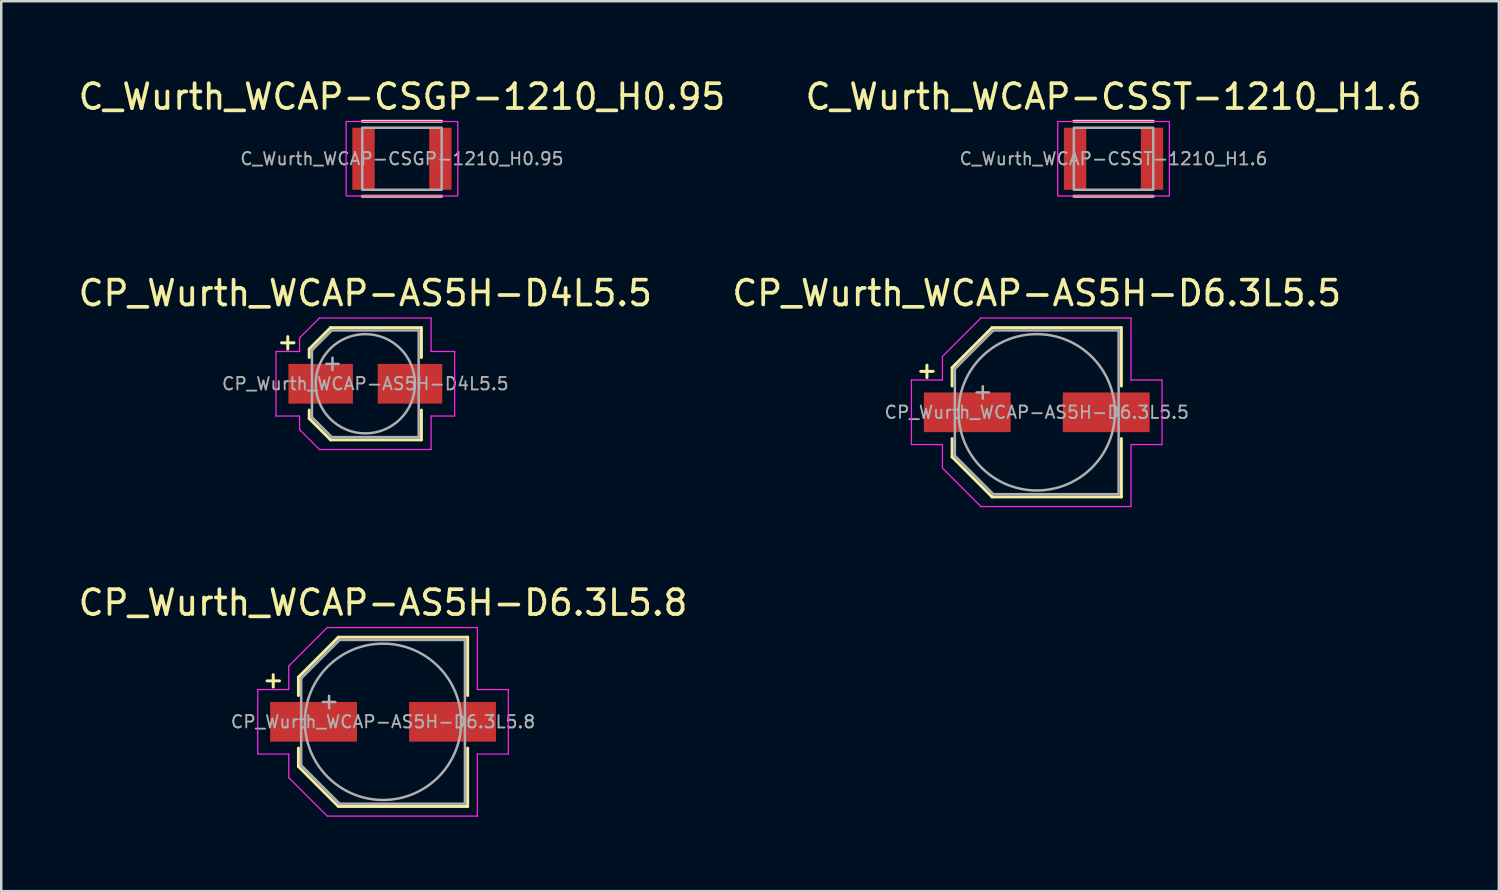
<source format=kicad_pcb>
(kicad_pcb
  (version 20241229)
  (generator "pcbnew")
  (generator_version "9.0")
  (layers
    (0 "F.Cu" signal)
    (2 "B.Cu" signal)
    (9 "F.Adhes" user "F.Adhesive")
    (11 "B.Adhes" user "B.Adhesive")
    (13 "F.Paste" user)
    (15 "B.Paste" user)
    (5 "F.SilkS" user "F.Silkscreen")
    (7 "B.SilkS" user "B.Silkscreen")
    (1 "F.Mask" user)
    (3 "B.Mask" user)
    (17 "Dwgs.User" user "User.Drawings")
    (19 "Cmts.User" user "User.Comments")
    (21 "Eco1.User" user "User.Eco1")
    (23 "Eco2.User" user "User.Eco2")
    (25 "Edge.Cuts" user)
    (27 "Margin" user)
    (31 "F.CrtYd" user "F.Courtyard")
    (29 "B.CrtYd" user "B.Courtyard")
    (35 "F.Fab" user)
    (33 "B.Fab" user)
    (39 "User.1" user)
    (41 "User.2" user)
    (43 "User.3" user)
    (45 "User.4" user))
  (footprint "CP_Wurth_WCAP-AS5H-D4L5.5"
    (layer "F.Cu")
    (at 11.673 12.416)
    (property "Reference" "CP_Wurth_WCAP-AS5H-D4L5.5" (at 0 -3.65 0) (unlocked yes) (layer "F.SilkS") (effects (font (size 1 1) (thickness 0.15))))
    (attr smd)
    (fp_line (start -3.125 -1.4) (end -3.125 -1.9) (stroke (width 0.12) (type solid)) (layer "F.SilkS"))
    (fp_line (start -2.875 -1.65) (end -3.375 -1.65) (stroke (width 0.12) (type solid)) (layer "F.SilkS"))
    (fp_line (start -2.26 -1.4) (end -2.26 -1.06) (stroke (width 0.12) (type default)) (layer "F.SilkS"))
    (fp_line (start -2.26 -1.4) (end -1.4 -2.26) (stroke (width 0.12) (type default)) (layer "F.SilkS"))
    (fp_line (start -2.26 1.4) (end -2.26 1.06) (stroke (width 0.12) (type default)) (layer "F.SilkS"))
    (fp_line (start -2.26 1.4) (end -1.4 2.26) (stroke (width 0.12) (type default)) (layer "F.SilkS"))
    (fp_line (start -1.4 -2.26) (end 2.26 -2.26) (stroke (width 0.12) (type solid)) (layer "F.SilkS"))
    (fp_line (start -1.4 2.26) (end 2.26 2.26) (stroke (width 0.12) (type solid)) (layer "F.SilkS"))
    (fp_line (start 2.26 -2.26) (end 2.26 -1.06) (stroke (width 0.12) (type default)) (layer "F.SilkS"))
    (fp_line (start 2.26 1.06) (end 2.26 2.26) (stroke (width 0.12) (type default)) (layer "F.SilkS"))
    (fp_line (start -3.6 -1.3) (end -3.6 1.3) (stroke (width 0.05) (type default)) (layer "F.CrtYd"))
    (fp_line (start -3.6 -1.3) (end -2.65 -1.3) (stroke (width 0.05) (type default)) (layer "F.CrtYd"))
    (fp_line (start -3.6 1.3) (end -2.65 1.3) (stroke (width 0.05) (type default)) (layer "F.CrtYd"))
    (fp_line (start -2.65 -1.85) (end -2.65 -1.3) (stroke (width 0.05) (type default)) (layer "F.CrtYd"))
    (fp_line (start -2.65 -1.85) (end -1.85 -2.65) (stroke (width 0.05) (type default)) (layer "F.CrtYd"))
    (fp_line (start -2.65 1.3) (end -2.65 1.85) (stroke (width 0.05) (type default)) (layer "F.CrtYd"))
    (fp_line (start -2.65 1.85) (end -1.85 2.65) (stroke (width 0.05) (type default)) (layer "F.CrtYd"))
    (fp_line (start -1.85 -2.65) (end 2.65 -2.65) (stroke (width 0.05) (type default)) (layer "F.CrtYd"))
    (fp_line (start -1.85 2.65) (end 2.65 2.65) (stroke (width 0.05) (type default)) (layer "F.CrtYd"))
    (fp_line (start 2.65 -2.65) (end 2.65 -1.3) (stroke (width 0.05) (type default)) (layer "F.CrtYd"))
    (fp_line (start 2.65 -1.3) (end 3.6 -1.3) (stroke (width 0.05) (type default)) (layer "F.CrtYd"))
    (fp_line (start 2.65 1.3) (end 2.65 2.65) (stroke (width 0.05) (type default)) (layer "F.CrtYd"))
    (fp_line (start 2.65 1.3) (end 3.6 1.3) (stroke (width 0.05) (type default)) (layer "F.CrtYd"))
    (fp_line (start 3.6 -1.3) (end 3.6 1.3) (stroke (width 0.05) (type default)) (layer "F.CrtYd"))
    (fp_line (start -2.15 -1.35) (end -1.35 -2.15) (stroke (width 0.1) (type default)) (layer "F.Fab"))
    (fp_line (start -2.15 1.35) (end -2.15 -1.35) (stroke (width 0.1) (type default)) (layer "F.Fab"))
    (fp_line (start -1.35 -2.15) (end 2.15 -2.15) (stroke (width 0.1) (type default)) (layer "F.Fab"))
    (fp_line (start -1.35 2.15) (end -2.15 1.35) (stroke (width 0.1) (type default)) (layer "F.Fab"))
    (fp_line (start -1.325 -0.55) (end -1.325 -1.05) (stroke (width 0.1) (type default)) (layer "F.Fab"))
    (fp_line (start -1.075 -0.8) (end -1.575 -0.8) (stroke (width 0.1) (type default)) (layer "F.Fab"))
    (fp_line (start 2.15 -2.15) (end 2.15 2.15) (stroke (width 0.1) (type default)) (layer "F.Fab"))
    (fp_line (start 2.15 2.15) (end -1.35 2.15) (stroke (width 0.1) (type default)) (layer "F.Fab"))
    (fp_circle (center 0 0) (end 2 0) (stroke (width 0.1) (type default)) (fill no) (layer "F.Fab"))
    (fp_text user "${REFERENCE}" (at 0 0 0) (unlocked yes) (layer "F.Fab") (effects (font (size 0.5 0.5) (thickness 0.075))))
    (pad "1" smd rect (at -1.8 0) (size 2.6 1.6) (layers "F.Cu" "F.Mask" "F.Paste"))
    (pad "2" smd rect (at 1.8 0) (size 2.6 1.6) (layers "F.Cu" "F.Mask" "F.Paste")))
  (footprint "C_Wurth_WCAP-CSST-1210_H1.6"
    (layer "F.Cu")
    (at 41.827 3.348)
    (property "Reference" "C_Wurth_WCAP-CSST-1210_H1.6" (at 0 -2.5 0) (unlocked yes) (layer "F.SilkS") (effects (font (size 1 1) (thickness 0.15))))
    (attr smd)
    (fp_line (start -1.6 -1.51) (end 1.6 -1.51) (stroke (width 0.12) (type solid)) (layer "F.SilkS"))
    (fp_line (start -1.6 1.51) (end 1.6 1.51) (stroke (width 0.12) (type solid)) (layer "F.SilkS"))
    (fp_rect (start -2.25 -1.5) (end 2.25 1.5) (stroke (width 0.05) (type solid)) (fill no) (layer "F.CrtYd"))
    (fp_rect (start -1.6 -1.25) (end 1.6 1.25) (stroke (width 0.1) (type solid)) (fill no) (layer "F.Fab"))
    (fp_text user "${REFERENCE}" (at 0 0 0) (unlocked yes) (layer "F.Fab") (effects (font (size 0.5 0.5) (thickness 0.075))))
    (pad "1" smd rect (at -1.55 0) (size 0.9 2.5) (layers "F.Cu" "F.Mask" "F.Paste"))
    (pad "2" smd rect (at 1.55 0) (size 0.9 2.5) (layers "F.Cu" "F.Mask" "F.Paste")))
  (footprint "C_Wurth_WCAP-CSGP-1210_H0.95"
    (layer "F.Cu")
    (at 13.149 3.348)
    (property "Reference" "C_Wurth_WCAP-CSGP-1210_H0.95" (at 0 -2.5 0) (unlocked yes) (layer "F.SilkS") (effects (font (size 1 1) (thickness 0.15))))
    (attr smd)
    (fp_line (start -1.6 -1.51) (end 1.6 -1.51) (stroke (width 0.12) (type solid)) (layer "F.SilkS"))
    (fp_line (start -1.6 1.51) (end 1.6 1.51) (stroke (width 0.12) (type solid)) (layer "F.SilkS"))
    (fp_rect (start -2.25 -1.5) (end 2.25 1.5) (stroke (width 0.05) (type solid)) (fill no) (layer "F.CrtYd"))
    (fp_rect (start -1.6 -1.25) (end 1.6 1.25) (stroke (width 0.1) (type solid)) (fill no) (layer "F.Fab"))
    (fp_text user "${REFERENCE}" (at 0 0 0) (unlocked yes) (layer "F.Fab") (effects (font (size 0.5 0.5) (thickness 0.075))))
    (pad "1" smd rect (at -1.55 0) (size 0.9 2.5) (layers "F.Cu" "F.Mask" "F.Paste"))
    (pad "2" smd rect (at 1.55 0) (size 0.9 2.5) (layers "F.Cu" "F.Mask" "F.Paste")))
  (footprint "CP_Wurth_WCAP-AS5H-D6.3L5.8"
    (layer "F.Cu")
    (at 12.387 26.04)
    (property "Reference" "CP_Wurth_WCAP-AS5H-D6.3L5.8" (at 0 -4.8 0) (unlocked yes) (layer "F.SilkS") (effects (font (size 1 1) (thickness 0.15))))
    (attr smd)
    (fp_line (start -4.425 -1.4) (end -4.425 -1.9) (stroke (width 0.12) (type solid)) (layer "F.SilkS"))
    (fp_line (start -4.175 -1.65) (end -4.675 -1.65) (stroke (width 0.12) (type solid)) (layer "F.SilkS"))
    (fp_line (start -3.41 -1.8) (end -3.41 -1.06) (stroke (width 0.12) (type default)) (layer "F.SilkS"))
    (fp_line (start -3.41 -1.8) (end -1.8 -3.41) (stroke (width 0.12) (type default)) (layer "F.SilkS"))
    (fp_line (start -3.41 1.8) (end -3.41 1.06) (stroke (width 0.12) (type default)) (layer "F.SilkS"))
    (fp_line (start -3.41 1.8) (end -1.8 3.41) (stroke (width 0.12) (type default)) (layer "F.SilkS"))
    (fp_line (start -1.8 -3.41) (end 3.41 -3.41) (stroke (width 0.12) (type solid)) (layer "F.SilkS"))
    (fp_line (start -1.8 3.41) (end 3.41 3.41) (stroke (width 0.12) (type solid)) (layer "F.SilkS"))
    (fp_line (start 3.41 -3.41) (end 3.41 -1.06) (stroke (width 0.12) (type default)) (layer "F.SilkS"))
    (fp_line (start 3.41 1.06) (end 3.41 3.41) (stroke (width 0.12) (type default)) (layer "F.SilkS"))
    (fp_line (start -5.05 -1.3) (end -5.05 1.3) (stroke (width 0.05) (type default)) (layer "F.CrtYd"))
    (fp_line (start -5.05 -1.3) (end -3.8 -1.3) (stroke (width 0.05) (type default)) (layer "F.CrtYd"))
    (fp_line (start -5.05 1.3) (end -3.8 1.3) (stroke (width 0.05) (type default)) (layer "F.CrtYd"))
    (fp_line (start -3.8 -2.25) (end -3.8 -1.3) (stroke (width 0.05) (type default)) (layer "F.CrtYd"))
    (fp_line (start -3.8 -2.25) (end -2.25 -3.8) (stroke (width 0.05) (type default)) (layer "F.CrtYd"))
    (fp_line (start -3.8 1.3) (end -3.8 2.25) (stroke (width 0.05) (type default)) (layer "F.CrtYd"))
    (fp_line (start -3.8 2.25) (end -2.25 3.8) (stroke (width 0.05) (type default)) (layer "F.CrtYd"))
    (fp_line (start -2.25 -3.8) (end 3.8 -3.8) (stroke (width 0.05) (type default)) (layer "F.CrtYd"))
    (fp_line (start -2.25 3.8) (end 3.8 3.8) (stroke (width 0.05) (type default)) (layer "F.CrtYd"))
    (fp_line (start 3.8 -3.8) (end 3.8 -1.3) (stroke (width 0.05) (type default)) (layer "F.CrtYd"))
    (fp_line (start 3.8 -1.3) (end 5.05 -1.3) (stroke (width 0.05) (type default)) (layer "F.CrtYd"))
    (fp_line (start 3.8 1.3) (end 3.8 3.8) (stroke (width 0.05) (type default)) (layer "F.CrtYd"))
    (fp_line (start 3.8 1.3) (end 5.05 1.3) (stroke (width 0.05) (type default)) (layer "F.CrtYd"))
    (fp_line (start 5.05 -1.3) (end 5.05 1.3) (stroke (width 0.05) (type default)) (layer "F.CrtYd"))
    (fp_line (start -3.3 -1.75) (end -1.75 -3.3) (stroke (width 0.1) (type default)) (layer "F.Fab"))
    (fp_line (start -3.3 1.75) (end -3.3 -1.75) (stroke (width 0.1) (type default)) (layer "F.Fab"))
    (fp_line (start -2.175 -0.55) (end -2.175 -1.05) (stroke (width 0.1) (type default)) (layer "F.Fab"))
    (fp_line (start -1.925 -0.8) (end -2.425 -0.8) (stroke (width 0.1) (type default)) (layer "F.Fab"))
    (fp_line (start -1.75 -3.3) (end 3.3 -3.3) (stroke (width 0.1) (type default)) (layer "F.Fab"))
    (fp_line (start -1.75 3.3) (end -3.3 1.75) (stroke (width 0.1) (type default)) (layer "F.Fab"))
    (fp_line (start 3.3 -3.3) (end 3.3 3.3) (stroke (width 0.1) (type default)) (layer "F.Fab"))
    (fp_line (start 3.3 3.3) (end -1.75 3.3) (stroke (width 0.1) (type default)) (layer "F.Fab"))
    (fp_circle (center 0 0) (end 3.15 0) (stroke (width 0.1) (type default)) (fill no) (layer "F.Fab"))
    (fp_text user "${REFERENCE}" (at 0 0 0) (unlocked yes) (layer "F.Fab") (effects (font (size 0.5 0.5) (thickness 0.075))))
    (pad "1" smd rect (at -2.8 0) (size 3.5 1.6) (layers "F.Cu" "F.Mask" "F.Paste"))
    (pad "2" smd rect (at 2.8 0) (size 3.5 1.6) (layers "F.Cu" "F.Mask" "F.Paste")))
  (footprint "CP_Wurth_WCAP-AS5H-D6.3L5.5"
    (layer "F.Cu")
    (at 38.732 13.566)
    (property "Reference" "CP_Wurth_WCAP-AS5H-D6.3L5.5" (at 0 -4.8 0) (unlocked yes) (layer "F.SilkS") (effects (font (size 1 1) (thickness 0.15))))
    (attr smd)
    (fp_line (start -4.425 -1.4) (end -4.425 -1.9) (stroke (width 0.12) (type solid)) (layer "F.SilkS"))
    (fp_line (start -4.175 -1.65) (end -4.675 -1.65) (stroke (width 0.12) (type solid)) (layer "F.SilkS"))
    (fp_line (start -3.41 -1.8) (end -3.41 -1.06) (stroke (width 0.12) (type default)) (layer "F.SilkS"))
    (fp_line (start -3.41 -1.8) (end -1.8 -3.41) (stroke (width 0.12) (type default)) (layer "F.SilkS"))
    (fp_line (start -3.41 1.8) (end -3.41 1.06) (stroke (width 0.12) (type default)) (layer "F.SilkS"))
    (fp_line (start -3.41 1.8) (end -1.8 3.41) (stroke (width 0.12) (type default)) (layer "F.SilkS"))
    (fp_line (start -1.8 -3.41) (end 3.41 -3.41) (stroke (width 0.12) (type solid)) (layer "F.SilkS"))
    (fp_line (start -1.8 3.41) (end 3.41 3.41) (stroke (width 0.12) (type solid)) (layer "F.SilkS"))
    (fp_line (start 3.41 -3.41) (end 3.41 -1.06) (stroke (width 0.12) (type default)) (layer "F.SilkS"))
    (fp_line (start 3.41 1.06) (end 3.41 3.41) (stroke (width 0.12) (type default)) (layer "F.SilkS"))
    (fp_line (start -5.05 -1.3) (end -5.05 1.3) (stroke (width 0.05) (type default)) (layer "F.CrtYd"))
    (fp_line (start -5.05 -1.3) (end -3.8 -1.3) (stroke (width 0.05) (type default)) (layer "F.CrtYd"))
    (fp_line (start -5.05 1.3) (end -3.8 1.3) (stroke (width 0.05) (type default)) (layer "F.CrtYd"))
    (fp_line (start -3.8 -2.25) (end -3.8 -1.3) (stroke (width 0.05) (type default)) (layer "F.CrtYd"))
    (fp_line (start -3.8 -2.25) (end -2.25 -3.8) (stroke (width 0.05) (type default)) (layer "F.CrtYd"))
    (fp_line (start -3.8 1.3) (end -3.8 2.25) (stroke (width 0.05) (type default)) (layer "F.CrtYd"))
    (fp_line (start -3.8 2.25) (end -2.25 3.8) (stroke (width 0.05) (type default)) (layer "F.CrtYd"))
    (fp_line (start -2.25 -3.8) (end 3.8 -3.8) (stroke (width 0.05) (type default)) (layer "F.CrtYd"))
    (fp_line (start -2.25 3.8) (end 3.8 3.8) (stroke (width 0.05) (type default)) (layer "F.CrtYd"))
    (fp_line (start 3.8 -3.8) (end 3.8 -1.3) (stroke (width 0.05) (type default)) (layer "F.CrtYd"))
    (fp_line (start 3.8 -1.3) (end 5.05 -1.3) (stroke (width 0.05) (type default)) (layer "F.CrtYd"))
    (fp_line (start 3.8 1.3) (end 3.8 3.8) (stroke (width 0.05) (type default)) (layer "F.CrtYd"))
    (fp_line (start 3.8 1.3) (end 5.05 1.3) (stroke (width 0.05) (type default)) (layer "F.CrtYd"))
    (fp_line (start 5.05 -1.3) (end 5.05 1.3) (stroke (width 0.05) (type default)) (layer "F.CrtYd"))
    (fp_line (start -3.3 -1.75) (end -1.75 -3.3) (stroke (width 0.1) (type default)) (layer "F.Fab"))
    (fp_line (start -3.3 1.75) (end -3.3 -1.75) (stroke (width 0.1) (type default)) (layer "F.Fab"))
    (fp_line (start -2.175 -0.55) (end -2.175 -1.05) (stroke (width 0.1) (type default)) (layer "F.Fab"))
    (fp_line (start -1.925 -0.8) (end -2.425 -0.8) (stroke (width 0.1) (type default)) (layer "F.Fab"))
    (fp_line (start -1.75 -3.3) (end 3.3 -3.3) (stroke (width 0.1) (type default)) (layer "F.Fab"))
    (fp_line (start -1.75 3.3) (end -3.3 1.75) (stroke (width 0.1) (type default)) (layer "F.Fab"))
    (fp_line (start 3.3 -3.3) (end 3.3 3.3) (stroke (width 0.1) (type default)) (layer "F.Fab"))
    (fp_line (start 3.3 3.3) (end -1.75 3.3) (stroke (width 0.1) (type default)) (layer "F.Fab"))
    (fp_circle (center 0 0) (end 3.15 0) (stroke (width 0.1) (type default)) (fill no) (layer "F.Fab"))
    (fp_text user "${REFERENCE}" (at 0 0 0) (unlocked yes) (layer "F.Fab") (effects (font (size 0.5 0.5) (thickness 0.075))))
    (pad "1" smd rect (at -2.8 0) (size 3.5 1.6) (layers "F.Cu" "F.Mask" "F.Paste"))
    (pad "2" smd rect (at 2.8 0) (size 3.5 1.6) (layers "F.Cu" "F.Mask" "F.Paste")))
  (gr_rect
    (start -3 -3)
    (end 57.357 32.865)
    (stroke (width 0.1) (type default))
    (fill no)
    (layer "Edge.Cuts")))
</source>
